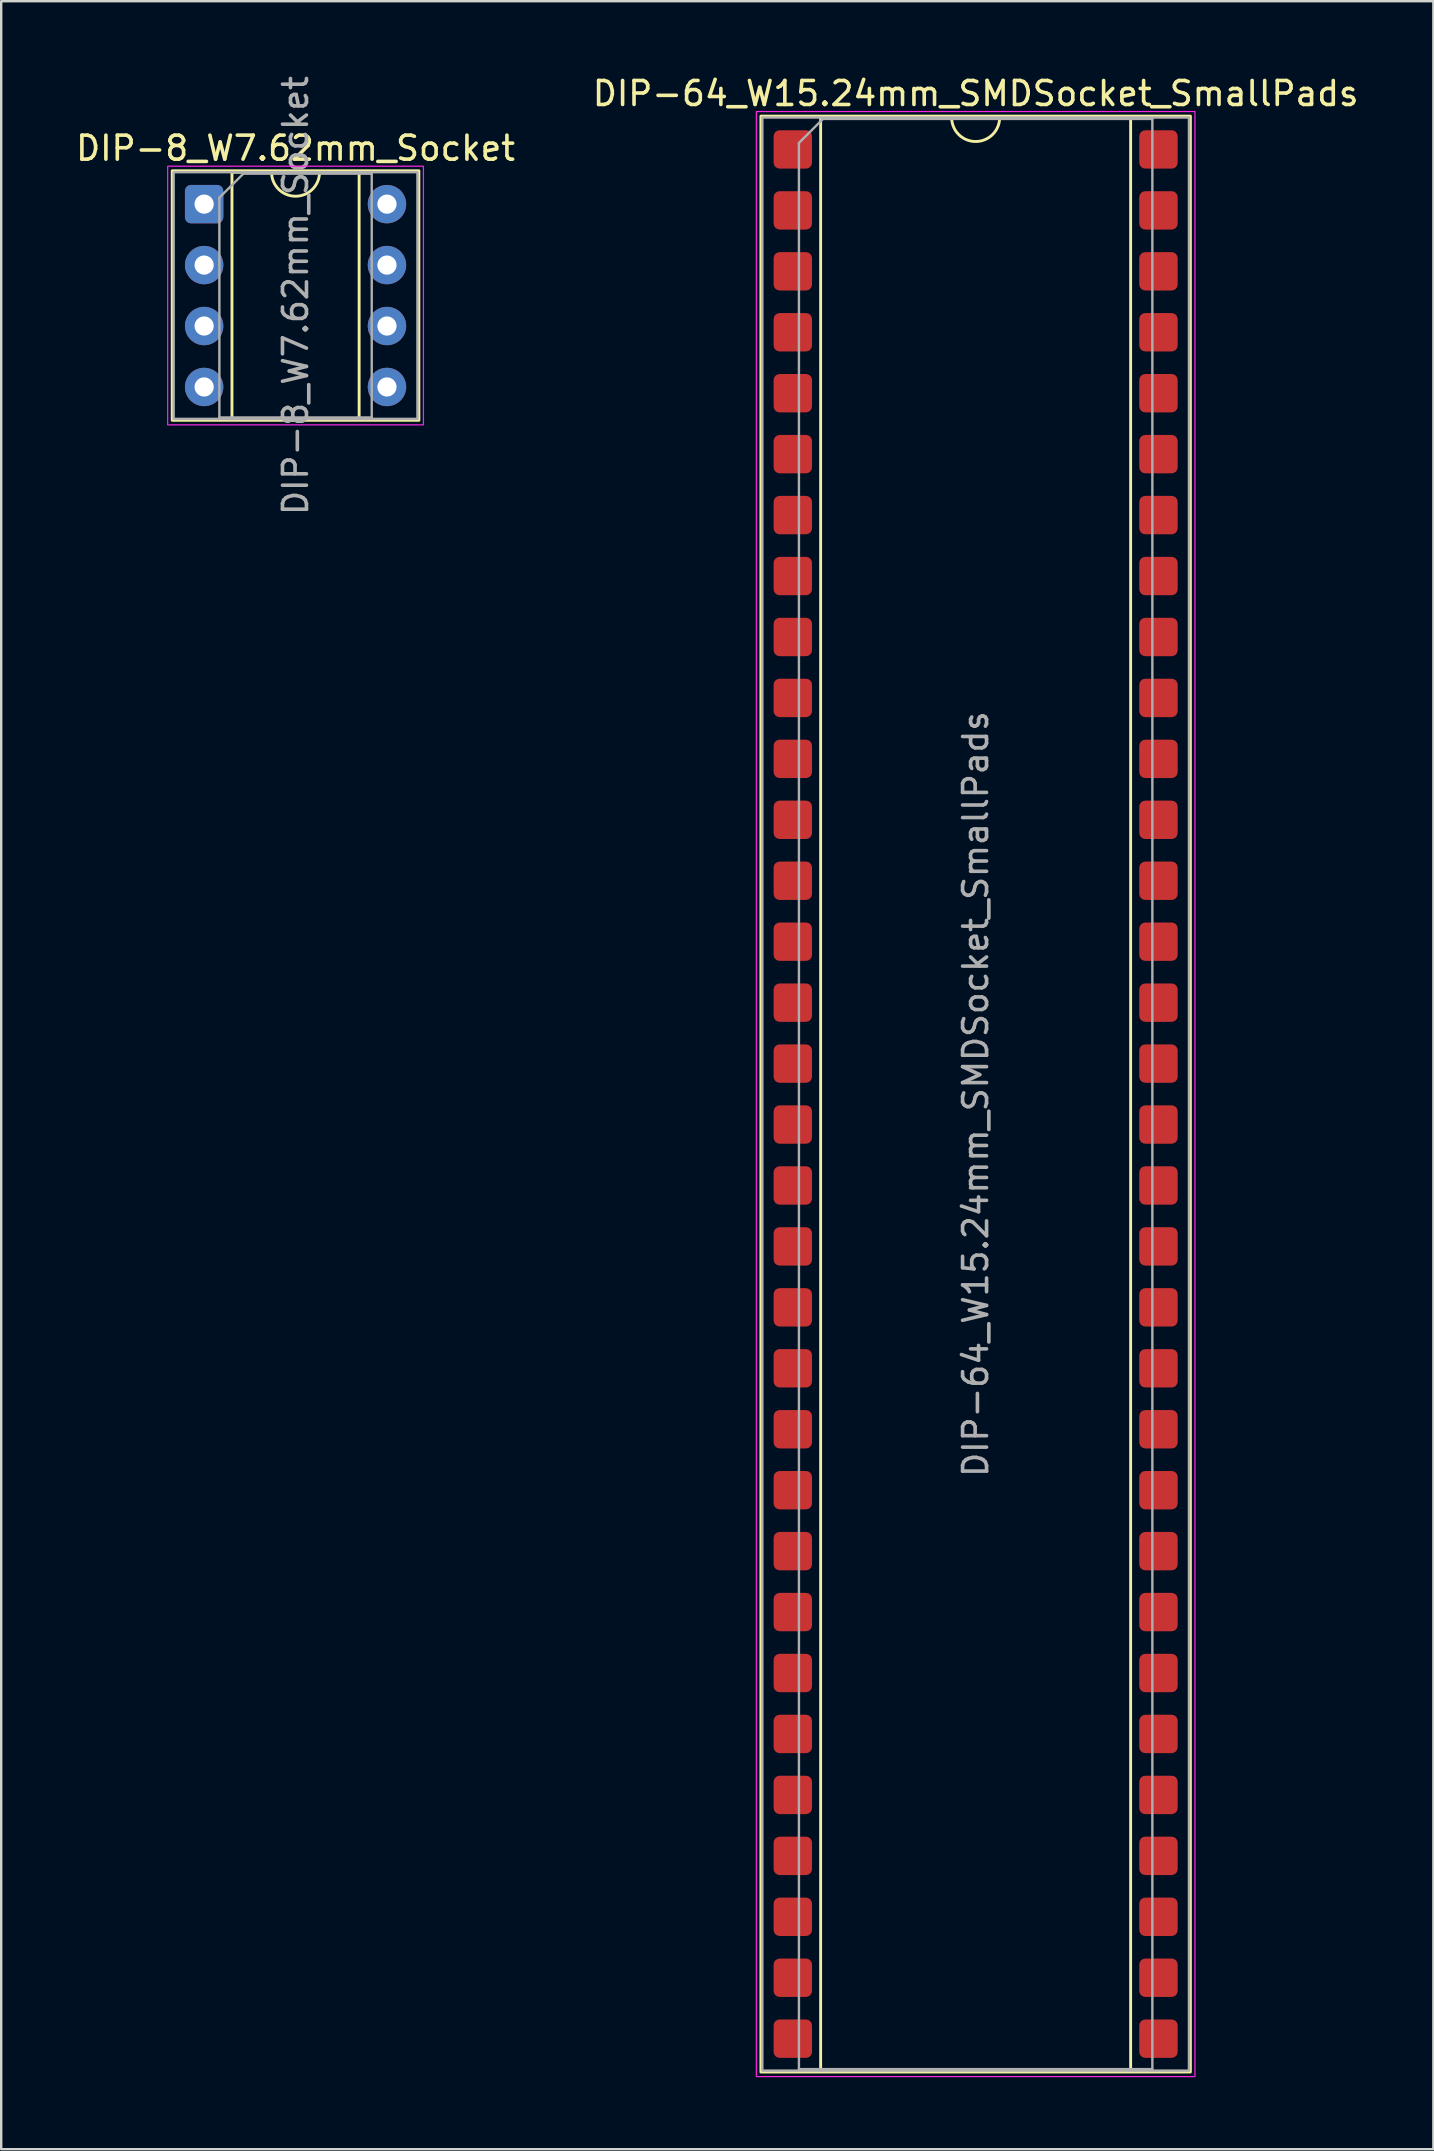
<source format=kicad_pcb>
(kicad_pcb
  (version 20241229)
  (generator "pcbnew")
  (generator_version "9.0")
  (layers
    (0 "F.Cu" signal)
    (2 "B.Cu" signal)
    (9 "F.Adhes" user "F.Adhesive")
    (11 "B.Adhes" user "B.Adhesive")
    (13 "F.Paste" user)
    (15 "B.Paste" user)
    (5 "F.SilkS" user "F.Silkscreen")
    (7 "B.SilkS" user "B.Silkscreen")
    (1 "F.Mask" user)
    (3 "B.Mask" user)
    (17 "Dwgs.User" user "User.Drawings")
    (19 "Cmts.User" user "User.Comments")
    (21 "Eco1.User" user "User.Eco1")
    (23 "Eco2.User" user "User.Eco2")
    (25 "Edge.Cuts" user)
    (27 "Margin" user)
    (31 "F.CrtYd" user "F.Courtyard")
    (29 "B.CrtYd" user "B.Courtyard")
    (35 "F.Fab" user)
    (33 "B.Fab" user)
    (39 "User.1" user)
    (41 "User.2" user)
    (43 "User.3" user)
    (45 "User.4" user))
  (footprint "DIP-8_W7.62mm_Socket"
    (layer "F.Cu")
    (at 5.458 5.458)
    (property "Reference" "DIP-8_W7.62mm_Socket" (at 3.81 -2.33 0) (layer "F.SilkS") (effects (font (size 1 1) (thickness 0.15))))
    (attr through_hole)
    (fp_line (start 1.16 -1.33) (end 1.16 8.95) (stroke (width 0.12) (type solid)) (layer "F.SilkS"))
    (fp_line (start 1.16 8.95) (end 6.46 8.95) (stroke (width 0.12) (type solid)) (layer "F.SilkS"))
    (fp_line (start 2.81 -1.33) (end 1.16 -1.33) (stroke (width 0.12) (type solid)) (layer "F.SilkS"))
    (fp_line (start 6.46 -1.33) (end 4.81 -1.33) (stroke (width 0.12) (type solid)) (layer "F.SilkS"))
    (fp_line (start 6.46 8.95) (end 6.46 -1.33) (stroke (width 0.12) (type solid)) (layer "F.SilkS"))
    (fp_rect (start -1.33 -1.39) (end 8.95 9.01) (stroke (width 0.12) (type solid)) (fill no) (layer "F.SilkS"))
    (fp_arc (start 4.81 -1.33) (mid 3.81 -0.33) (end 2.81 -1.33) (stroke (width 0.12) (type solid)) (layer "F.SilkS"))
    (fp_rect (start -1.52 -1.58) (end 9.14 9.2) (stroke (width 0.05) (type solid)) (fill no) (layer "F.CrtYd"))
    (fp_line (start 0.635 -0.27) (end 1.635 -1.27) (stroke (width 0.1) (type solid)) (layer "F.Fab"))
    (fp_line (start 0.635 8.89) (end 0.635 -0.27) (stroke (width 0.1) (type solid)) (layer "F.Fab"))
    (fp_line (start 1.635 -1.27) (end 6.985 -1.27) (stroke (width 0.1) (type solid)) (layer "F.Fab"))
    (fp_line (start 6.985 -1.27) (end 6.985 8.89) (stroke (width 0.1) (type solid)) (layer "F.Fab"))
    (fp_line (start 6.985 8.89) (end 0.635 8.89) (stroke (width 0.1) (type solid)) (layer "F.Fab"))
    (fp_rect (start -1.27 -1.33) (end 8.89 8.95) (stroke (width 0.1) (type solid)) (fill no) (layer "F.Fab"))
    (fp_text user "${REFERENCE}" (at 3.81 3.81 90) (layer "F.Fab") (effects (font (size 1 1) (thickness 0.15))))
    (pad "1" thru_hole roundrect (at 0 0) (size 1.6 1.6) (drill 0.8) (layers "*.Cu" "*.Mask") (roundrect_rratio 0.156))
    (pad "2" thru_hole circle (at 0 2.54) (size 1.6 1.6) (drill 0.8) (layers "*.Cu" "*.Mask"))
    (pad "3" thru_hole circle (at 0 5.08) (size 1.6 1.6) (drill 0.8) (layers "*.Cu" "*.Mask"))
    (pad "4" thru_hole circle (at 0 7.62) (size 1.6 1.6) (drill 0.8) (layers "*.Cu" "*.Mask"))
    (pad "5" thru_hole circle (at 7.62 7.62) (size 1.6 1.6) (drill 0.8) (layers "*.Cu" "*.Mask"))
    (pad "6" thru_hole circle (at 7.62 5.08) (size 1.6 1.6) (drill 0.8) (layers "*.Cu" "*.Mask"))
    (pad "7" thru_hole circle (at 7.62 2.54) (size 1.6 1.6) (drill 0.8) (layers "*.Cu" "*.Mask"))
    (pad "8" thru_hole circle (at 7.62 0) (size 1.6 1.6) (drill 0.8) (layers "*.Cu" "*.Mask")))
  (footprint "DIP-64_W15.24mm_SMDSocket_SmallPads"
    (layer "F.Cu")
    (at 37.613 42.548)
    (property "Reference" "DIP-64_W15.24mm_SMDSocket_SmallPads" (at 0 -41.7 0) (layer "F.SilkS") (effects (font (size 1 1) (thickness 0.15))))
    (attr smd)
    (fp_line (start -6.46 -40.7) (end -6.46 40.7) (stroke (width 0.12) (type solid)) (layer "F.SilkS"))
    (fp_line (start -6.46 40.7) (end 6.46 40.7) (stroke (width 0.12) (type solid)) (layer "F.SilkS"))
    (fp_line (start -1 -40.7) (end -6.46 -40.7) (stroke (width 0.12) (type solid)) (layer "F.SilkS"))
    (fp_line (start 6.46 -40.7) (end 1 -40.7) (stroke (width 0.12) (type solid)) (layer "F.SilkS"))
    (fp_line (start 6.46 40.7) (end 6.46 -40.7) (stroke (width 0.12) (type solid)) (layer "F.SilkS"))
    (fp_rect (start -8.95 -40.76) (end 8.95 40.76) (stroke (width 0.12) (type solid)) (fill no) (layer "F.SilkS"))
    (fp_arc (start 1 -40.7) (mid 0 -39.7) (end -1 -40.7) (stroke (width 0.12) (type solid)) (layer "F.SilkS"))
    (fp_rect (start -9.14 -40.95) (end 9.14 40.95) (stroke (width 0.05) (type solid)) (fill no) (layer "F.CrtYd"))
    (fp_line (start -7.365 -39.64) (end -6.365 -40.64) (stroke (width 0.1) (type solid)) (layer "F.Fab"))
    (fp_line (start -7.365 40.64) (end -7.365 -39.64) (stroke (width 0.1) (type solid)) (layer "F.Fab"))
    (fp_line (start -6.365 -40.64) (end 7.365 -40.64) (stroke (width 0.1) (type solid)) (layer "F.Fab"))
    (fp_line (start 7.365 -40.64) (end 7.365 40.64) (stroke (width 0.1) (type solid)) (layer "F.Fab"))
    (fp_line (start 7.365 40.64) (end -7.365 40.64) (stroke (width 0.1) (type solid)) (layer "F.Fab"))
    (fp_rect (start -8.89 -40.7) (end 8.89 40.7) (stroke (width 0.1) (type solid)) (fill no) (layer "F.Fab"))
    (fp_text user "${REFERENCE}" (at 0 0 90) (layer "F.Fab") (effects (font (size 1 1) (thickness 0.15))))
    (pad "1" smd roundrect (at -7.62 -39.37) (size 1.6 1.6) (layers "F.Cu" "F.Mask" "F.Paste") (roundrect_rratio 0.156))
    (pad "2" smd roundrect (at -7.62 -36.83) (size 1.6 1.6) (layers "F.Cu" "F.Mask" "F.Paste") (roundrect_rratio 0.156))
    (pad "3" smd roundrect (at -7.62 -34.29) (size 1.6 1.6) (layers "F.Cu" "F.Mask" "F.Paste") (roundrect_rratio 0.156))
    (pad "4" smd roundrect (at -7.62 -31.75) (size 1.6 1.6) (layers "F.Cu" "F.Mask" "F.Paste") (roundrect_rratio 0.156))
    (pad "5" smd roundrect (at -7.62 -29.21) (size 1.6 1.6) (layers "F.Cu" "F.Mask" "F.Paste") (roundrect_rratio 0.156))
    (pad "6" smd roundrect (at -7.62 -26.67) (size 1.6 1.6) (layers "F.Cu" "F.Mask" "F.Paste") (roundrect_rratio 0.156))
    (pad "7" smd roundrect (at -7.62 -24.13) (size 1.6 1.6) (layers "F.Cu" "F.Mask" "F.Paste") (roundrect_rratio 0.156))
    (pad "8" smd roundrect (at -7.62 -21.59) (size 1.6 1.6) (layers "F.Cu" "F.Mask" "F.Paste") (roundrect_rratio 0.156))
    (pad "9" smd roundrect (at -7.62 -19.05) (size 1.6 1.6) (layers "F.Cu" "F.Mask" "F.Paste") (roundrect_rratio 0.156))
    (pad "10" smd roundrect (at -7.62 -16.51) (size 1.6 1.6) (layers "F.Cu" "F.Mask" "F.Paste") (roundrect_rratio 0.156))
    (pad "11" smd roundrect (at -7.62 -13.97) (size 1.6 1.6) (layers "F.Cu" "F.Mask" "F.Paste") (roundrect_rratio 0.156))
    (pad "12" smd roundrect (at -7.62 -11.43) (size 1.6 1.6) (layers "F.Cu" "F.Mask" "F.Paste") (roundrect_rratio 0.156))
    (pad "13" smd roundrect (at -7.62 -8.89) (size 1.6 1.6) (layers "F.Cu" "F.Mask" "F.Paste") (roundrect_rratio 0.156))
    (pad "14" smd roundrect (at -7.62 -6.35) (size 1.6 1.6) (layers "F.Cu" "F.Mask" "F.Paste") (roundrect_rratio 0.156))
    (pad "15" smd roundrect (at -7.62 -3.81) (size 1.6 1.6) (layers "F.Cu" "F.Mask" "F.Paste") (roundrect_rratio 0.156))
    (pad "16" smd roundrect (at -7.62 -1.27) (size 1.6 1.6) (layers "F.Cu" "F.Mask" "F.Paste") (roundrect_rratio 0.156))
    (pad "17" smd roundrect (at -7.62 1.27) (size 1.6 1.6) (layers "F.Cu" "F.Mask" "F.Paste") (roundrect_rratio 0.156))
    (pad "18" smd roundrect (at -7.62 3.81) (size 1.6 1.6) (layers "F.Cu" "F.Mask" "F.Paste") (roundrect_rratio 0.156))
    (pad "19" smd roundrect (at -7.62 6.35) (size 1.6 1.6) (layers "F.Cu" "F.Mask" "F.Paste") (roundrect_rratio 0.156))
    (pad "20" smd roundrect (at -7.62 8.89) (size 1.6 1.6) (layers "F.Cu" "F.Mask" "F.Paste") (roundrect_rratio 0.156))
    (pad "21" smd roundrect (at -7.62 11.43) (size 1.6 1.6) (layers "F.Cu" "F.Mask" "F.Paste") (roundrect_rratio 0.156))
    (pad "22" smd roundrect (at -7.62 13.97) (size 1.6 1.6) (layers "F.Cu" "F.Mask" "F.Paste") (roundrect_rratio 0.156))
    (pad "23" smd roundrect (at -7.62 16.51) (size 1.6 1.6) (layers "F.Cu" "F.Mask" "F.Paste") (roundrect_rratio 0.156))
    (pad "24" smd roundrect (at -7.62 19.05) (size 1.6 1.6) (layers "F.Cu" "F.Mask" "F.Paste") (roundrect_rratio 0.156))
    (pad "25" smd roundrect (at -7.62 21.59) (size 1.6 1.6) (layers "F.Cu" "F.Mask" "F.Paste") (roundrect_rratio 0.156))
    (pad "26" smd roundrect (at -7.62 24.13) (size 1.6 1.6) (layers "F.Cu" "F.Mask" "F.Paste") (roundrect_rratio 0.156))
    (pad "27" smd roundrect (at -7.62 26.67) (size 1.6 1.6) (layers "F.Cu" "F.Mask" "F.Paste") (roundrect_rratio 0.156))
    (pad "28" smd roundrect (at -7.62 29.21) (size 1.6 1.6) (layers "F.Cu" "F.Mask" "F.Paste") (roundrect_rratio 0.156))
    (pad "29" smd roundrect (at -7.62 31.75) (size 1.6 1.6) (layers "F.Cu" "F.Mask" "F.Paste") (roundrect_rratio 0.156))
    (pad "30" smd roundrect (at -7.62 34.29) (size 1.6 1.6) (layers "F.Cu" "F.Mask" "F.Paste") (roundrect_rratio 0.156))
    (pad "31" smd roundrect (at -7.62 36.83) (size 1.6 1.6) (layers "F.Cu" "F.Mask" "F.Paste") (roundrect_rratio 0.156))
    (pad "32" smd roundrect (at -7.62 39.37) (size 1.6 1.6) (layers "F.Cu" "F.Mask" "F.Paste") (roundrect_rratio 0.156))
    (pad "33" smd roundrect (at 7.62 39.37) (size 1.6 1.6) (layers "F.Cu" "F.Mask" "F.Paste") (roundrect_rratio 0.156))
    (pad "34" smd roundrect (at 7.62 36.83) (size 1.6 1.6) (layers "F.Cu" "F.Mask" "F.Paste") (roundrect_rratio 0.156))
    (pad "35" smd roundrect (at 7.62 34.29) (size 1.6 1.6) (layers "F.Cu" "F.Mask" "F.Paste") (roundrect_rratio 0.156))
    (pad "36" smd roundrect (at 7.62 31.75) (size 1.6 1.6) (layers "F.Cu" "F.Mask" "F.Paste") (roundrect_rratio 0.156))
    (pad "37" smd roundrect (at 7.62 29.21) (size 1.6 1.6) (layers "F.Cu" "F.Mask" "F.Paste") (roundrect_rratio 0.156))
    (pad "38" smd roundrect (at 7.62 26.67) (size 1.6 1.6) (layers "F.Cu" "F.Mask" "F.Paste") (roundrect_rratio 0.156))
    (pad "39" smd roundrect (at 7.62 24.13) (size 1.6 1.6) (layers "F.Cu" "F.Mask" "F.Paste") (roundrect_rratio 0.156))
    (pad "40" smd roundrect (at 7.62 21.59) (size 1.6 1.6) (layers "F.Cu" "F.Mask" "F.Paste") (roundrect_rratio 0.156))
    (pad "41" smd roundrect (at 7.62 19.05) (size 1.6 1.6) (layers "F.Cu" "F.Mask" "F.Paste") (roundrect_rratio 0.156))
    (pad "42" smd roundrect (at 7.62 16.51) (size 1.6 1.6) (layers "F.Cu" "F.Mask" "F.Paste") (roundrect_rratio 0.156))
    (pad "43" smd roundrect (at 7.62 13.97) (size 1.6 1.6) (layers "F.Cu" "F.Mask" "F.Paste") (roundrect_rratio 0.156))
    (pad "44" smd roundrect (at 7.62 11.43) (size 1.6 1.6) (layers "F.Cu" "F.Mask" "F.Paste") (roundrect_rratio 0.156))
    (pad "45" smd roundrect (at 7.62 8.89) (size 1.6 1.6) (layers "F.Cu" "F.Mask" "F.Paste") (roundrect_rratio 0.156))
    (pad "46" smd roundrect (at 7.62 6.35) (size 1.6 1.6) (layers "F.Cu" "F.Mask" "F.Paste") (roundrect_rratio 0.156))
    (pad "47" smd roundrect (at 7.62 3.81) (size 1.6 1.6) (layers "F.Cu" "F.Mask" "F.Paste") (roundrect_rratio 0.156))
    (pad "48" smd roundrect (at 7.62 1.27) (size 1.6 1.6) (layers "F.Cu" "F.Mask" "F.Paste") (roundrect_rratio 0.156))
    (pad "49" smd roundrect (at 7.62 -1.27) (size 1.6 1.6) (layers "F.Cu" "F.Mask" "F.Paste") (roundrect_rratio 0.156))
    (pad "50" smd roundrect (at 7.62 -3.81) (size 1.6 1.6) (layers "F.Cu" "F.Mask" "F.Paste") (roundrect_rratio 0.156))
    (pad "51" smd roundrect (at 7.62 -6.35) (size 1.6 1.6) (layers "F.Cu" "F.Mask" "F.Paste") (roundrect_rratio 0.156))
    (pad "52" smd roundrect (at 7.62 -8.89) (size 1.6 1.6) (layers "F.Cu" "F.Mask" "F.Paste") (roundrect_rratio 0.156))
    (pad "53" smd roundrect (at 7.62 -11.43) (size 1.6 1.6) (layers "F.Cu" "F.Mask" "F.Paste") (roundrect_rratio 0.156))
    (pad "54" smd roundrect (at 7.62 -13.97) (size 1.6 1.6) (layers "F.Cu" "F.Mask" "F.Paste") (roundrect_rratio 0.156))
    (pad "55" smd roundrect (at 7.62 -16.51) (size 1.6 1.6) (layers "F.Cu" "F.Mask" "F.Paste") (roundrect_rratio 0.156))
    (pad "56" smd roundrect (at 7.62 -19.05) (size 1.6 1.6) (layers "F.Cu" "F.Mask" "F.Paste") (roundrect_rratio 0.156))
    (pad "57" smd roundrect (at 7.62 -21.59) (size 1.6 1.6) (layers "F.Cu" "F.Mask" "F.Paste") (roundrect_rratio 0.156))
    (pad "58" smd roundrect (at 7.62 -24.13) (size 1.6 1.6) (layers "F.Cu" "F.Mask" "F.Paste") (roundrect_rratio 0.156))
    (pad "59" smd roundrect (at 7.62 -26.67) (size 1.6 1.6) (layers "F.Cu" "F.Mask" "F.Paste") (roundrect_rratio 0.156))
    (pad "60" smd roundrect (at 7.62 -29.21) (size 1.6 1.6) (layers "F.Cu" "F.Mask" "F.Paste") (roundrect_rratio 0.156))
    (pad "61" smd roundrect (at 7.62 -31.75) (size 1.6 1.6) (layers "F.Cu" "F.Mask" "F.Paste") (roundrect_rratio 0.156))
    (pad "62" smd roundrect (at 7.62 -34.29) (size 1.6 1.6) (layers "F.Cu" "F.Mask" "F.Paste") (roundrect_rratio 0.156))
    (pad "63" smd roundrect (at 7.62 -36.83) (size 1.6 1.6) (layers "F.Cu" "F.Mask" "F.Paste") (roundrect_rratio 0.156))
    (pad "64" smd roundrect (at 7.62 -39.37) (size 1.6 1.6) (layers "F.Cu" "F.Mask" "F.Paste") (roundrect_rratio 0.156)))
  (gr_rect
    (start -3 -3)
    (end 56.69 86.523)
    (stroke (width 0.1) (type default))
    (fill no)
    (layer "Edge.Cuts")))
</source>
